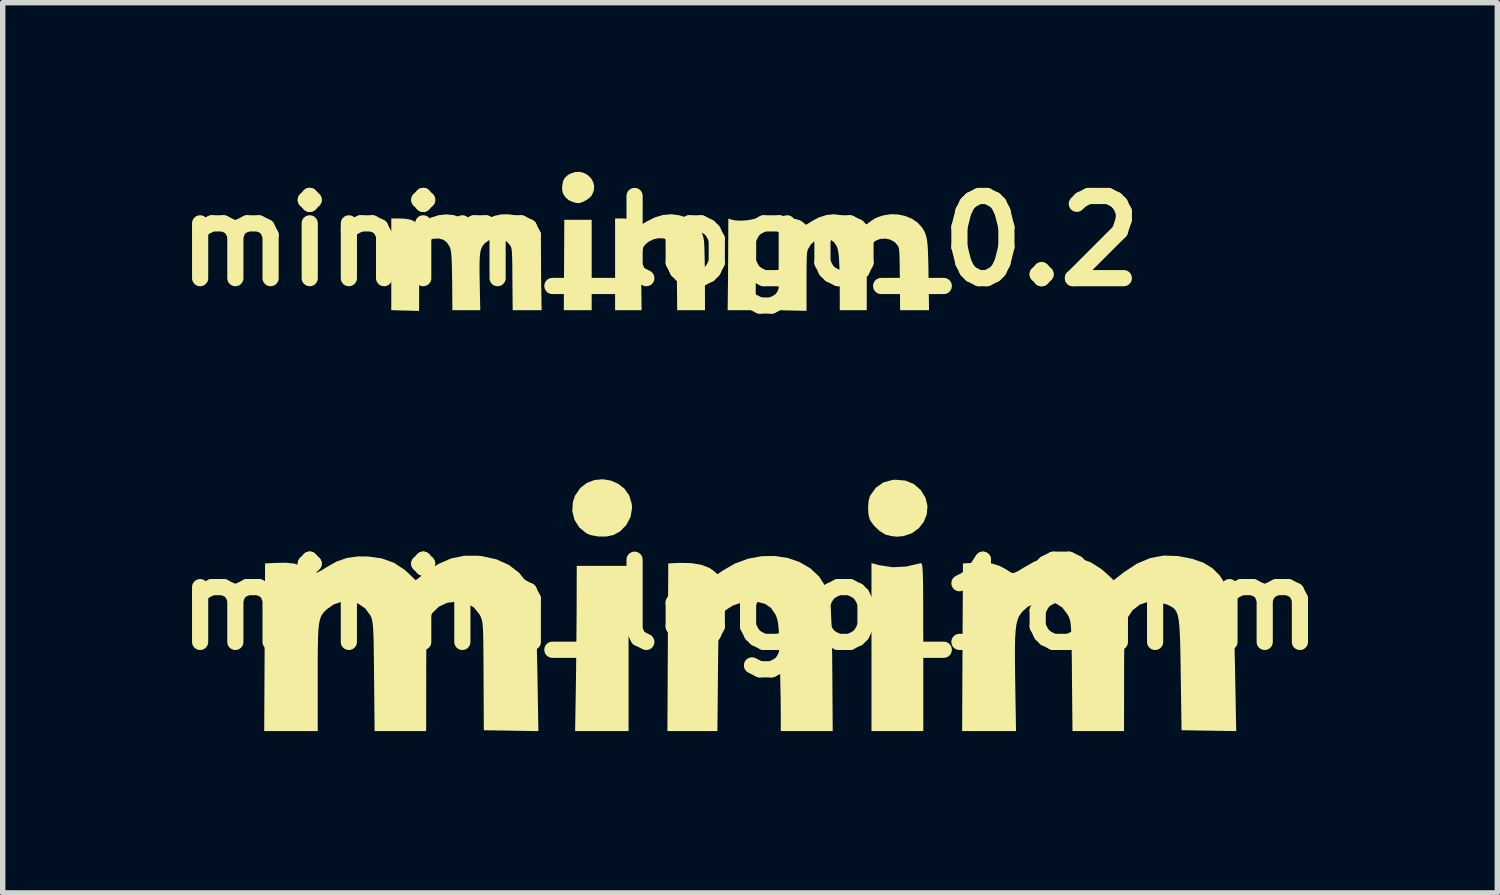
<source format=kicad_pcb>
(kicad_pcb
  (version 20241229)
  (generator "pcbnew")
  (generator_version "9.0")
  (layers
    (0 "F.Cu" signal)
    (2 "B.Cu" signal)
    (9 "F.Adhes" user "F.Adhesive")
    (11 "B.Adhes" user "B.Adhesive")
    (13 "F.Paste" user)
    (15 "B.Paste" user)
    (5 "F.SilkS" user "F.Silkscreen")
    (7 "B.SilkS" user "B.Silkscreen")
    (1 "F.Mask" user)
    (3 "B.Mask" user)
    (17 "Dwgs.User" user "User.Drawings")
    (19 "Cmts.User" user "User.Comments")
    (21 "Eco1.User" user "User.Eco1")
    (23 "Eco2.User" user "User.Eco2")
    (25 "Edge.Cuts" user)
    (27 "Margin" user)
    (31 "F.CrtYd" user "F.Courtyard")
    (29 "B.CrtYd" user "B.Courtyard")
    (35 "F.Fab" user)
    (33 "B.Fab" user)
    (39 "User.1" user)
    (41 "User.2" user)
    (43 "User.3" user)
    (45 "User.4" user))
  (footprint "minim_logo_0.2"
    (layer "F.Cu")
    (at 9.188 1.418)
    (property "Reference" "minim_logo_0.2" (at 0 0 0) (layer "F.SilkS") (effects (font (size 1.524 1.524) (thickness 0.3))))
    (attr board_only exclude_from_pos_files exclude_from_bom)
    (fp_poly (pts (xy -1.267 1.284) (xy -1.784 1.284) (xy -1.779 0.446) (xy -1.775 -0.392) (xy -1.521 -0.392) (xy -1.267 -0.392)) (stroke (width 0) (type solid)) (fill yes) (layer "F.SilkS"))
    (fp_poly (pts (xy -1.407 -1.26) (xy -1.336 -1.219) (xy -1.279 -1.162) (xy -1.239 -1.093) (xy -1.221 -1.015) (xy -1.228 -0.932) (xy -1.264 -0.849) (xy -1.27 -0.84) (xy -1.312 -0.796) (xy -1.372 -0.754) (xy -1.437 -0.721) (xy -1.497 -0.703) (xy -1.516 -0.702) (xy -1.561 -0.708) (xy -1.614 -0.721) (xy -1.617 -0.723) (xy -1.693 -0.756) (xy -1.749 -0.805) (xy -1.784 -0.856) (xy -1.806 -0.901) (xy -1.815 -0.948) (xy -1.814 -1.011) (xy -1.813 -1.018) (xy -1.799 -1.106) (xy -1.765 -1.171) (xy -1.708 -1.222) (xy -1.666 -1.247) (xy -1.576 -1.278) (xy -1.488 -1.281)) (stroke (width 0) (type solid)) (fill yes) (layer "F.SilkS"))
    (fp_poly (pts (xy 1.304 -0.402) (xy 1.388 -0.382) (xy 1.491 -0.376) (xy 1.603 -0.382) (xy 1.71 -0.4) (xy 1.742 -0.409) (xy 1.749 -0.41) (xy 1.755 -0.409) (xy 1.761 -0.401) (xy 1.765 -0.384) (xy 1.768 -0.357) (xy 1.77 -0.315) (xy 1.772 -0.256) (xy 1.774 -0.178) (xy 1.774 -0.078) (xy 1.775 0.046) (xy 1.775 0.198) (xy 1.775 0.38) (xy 1.775 0.433) (xy 1.775 1.284) (xy 1.254 1.284) (xy 1.259 0.863) (xy 1.261 0.715) (xy 1.262 0.546) (xy 1.263 0.37) (xy 1.264 0.197) (xy 1.265 0.042) (xy 1.265 0.013) (xy 1.267 -0.416)) (stroke (width 0) (type solid)) (fill yes) (layer "F.SilkS"))
    (fp_poly (pts (xy 0.354 -0.477) (xy 0.498 -0.431) (xy 0.614 -0.367) (xy 0.704 -0.284) (xy 0.767 -0.181) (xy 0.806 -0.056) (xy 0.816 0.006) (xy 0.819 0.051) (xy 0.823 0.125) (xy 0.825 0.222) (xy 0.828 0.338) (xy 0.83 0.468) (xy 0.831 0.606) (xy 0.832 0.705) (xy 0.834 1.284) (xy 0.318 1.284) (xy 0.313 0.721) (xy 0.312 0.568) (xy 0.31 0.445) (xy 0.308 0.347) (xy 0.306 0.272) (xy 0.303 0.215) (xy 0.299 0.173) (xy 0.293 0.142) (xy 0.286 0.118) (xy 0.278 0.098) (xy 0.275 0.092) (xy 0.224 0.025) (xy 0.153 -0.021) (xy 0.069 -0.047) (xy -0.023 -0.051) (xy -0.116 -0.033) (xy -0.202 0.008) (xy -0.253 0.047) (xy -0.289 0.085) (xy -0.312 0.121) (xy -0.326 0.168) (xy -0.336 0.223) (xy -0.341 0.275) (xy -0.344 0.356) (xy -0.347 0.461) (xy -0.348 0.585) (xy -0.348 0.725) (xy -0.347 0.81) (xy -0.342 1.284) (xy -0.588 1.284) (xy -0.833 1.284) (xy -0.833 -0.417) (xy -0.683 -0.417) (xy -0.569 -0.411) (xy -0.48 -0.394) (xy -0.412 -0.362) (xy -0.375 -0.334) (xy -0.356 -0.318) (xy -0.338 -0.313) (xy -0.312 -0.322) (xy -0.27 -0.346) (xy -0.246 -0.361) (xy -0.094 -0.438) (xy 0.06 -0.483) (xy 0.212 -0.495)) (stroke (width 0) (type solid)) (fill yes) (layer "F.SilkS"))
    (fp_poly (pts (xy 4.417 -0.491) (xy 4.547 -0.463) (xy 4.667 -0.414) (xy 4.77 -0.346) (xy 4.851 -0.26) (xy 4.87 -0.233) (xy 4.894 -0.192) (xy 4.914 -0.151) (xy 4.93 -0.108) (xy 4.943 -0.058) (xy 4.953 0.002) (xy 4.961 0.076) (xy 4.967 0.167) (xy 4.971 0.279) (xy 4.975 0.416) (xy 4.978 0.581) (xy 4.979 0.663) (xy 4.988 1.284) (xy 4.452 1.284) (xy 4.447 0.713) (xy 4.445 0.559) (xy 4.444 0.435) (xy 4.442 0.337) (xy 4.44 0.261) (xy 4.437 0.205) (xy 4.433 0.163) (xy 4.427 0.133) (xy 4.421 0.112) (xy 4.413 0.094) (xy 4.408 0.086) (xy 4.349 0.018) (xy 4.266 -0.026) (xy 4.179 -0.044) (xy 4.082 -0.038) (xy 3.994 -0.002) (xy 3.922 0.06) (xy 3.869 0.146) (xy 3.85 0.198) (xy 3.846 0.231) (xy 3.842 0.293) (xy 3.839 0.379) (xy 3.836 0.486) (xy 3.834 0.61) (xy 3.833 0.746) (xy 3.833 0.771) (xy 3.833 1.284) (xy 3.333 1.284) (xy 3.333 0.971) (xy 3.332 0.777) (xy 3.329 0.613) (xy 3.326 0.477) (xy 3.321 0.366) (xy 3.315 0.277) (xy 3.306 0.207) (xy 3.296 0.154) (xy 3.284 0.114) (xy 3.278 0.101) (xy 3.23 0.027) (xy 3.169 -0.02) (xy 3.089 -0.043) (xy 3.062 -0.046) (xy 2.961 -0.039) (xy 2.872 -0.002) (xy 2.798 0.062) (xy 2.744 0.151) (xy 2.742 0.154) (xy 2.735 0.176) (xy 2.729 0.207) (xy 2.725 0.25) (xy 2.721 0.308) (xy 2.719 0.386) (xy 2.718 0.486) (xy 2.717 0.612) (xy 2.717 0.755) (xy 2.717 1.295) (xy 2.629 1.294) (xy 2.573 1.293) (xy 2.497 1.291) (xy 2.412 1.289) (xy 2.371 1.288) (xy 2.2 1.283) (xy 2.2 -0.417) (xy 2.346 -0.417) (xy 2.455 -0.413) (xy 2.537 -0.402) (xy 2.6 -0.381) (xy 2.649 -0.349) (xy 2.657 -0.342) (xy 2.688 -0.315) (xy 2.706 -0.301) (xy 2.707 -0.3) (xy 2.723 -0.309) (xy 2.759 -0.331) (xy 2.807 -0.362) (xy 2.811 -0.365) (xy 2.945 -0.437) (xy 3.084 -0.481) (xy 3.221 -0.495) (xy 3.327 -0.483) (xy 3.47 -0.44) (xy 3.593 -0.373) (xy 3.667 -0.31) (xy 3.74 -0.236) (xy 3.841 -0.316) (xy 3.917 -0.373) (xy 3.98 -0.414) (xy 4.043 -0.443) (xy 4.117 -0.467) (xy 4.151 -0.476) (xy 4.283 -0.496)) (stroke (width 0) (type solid)) (fill yes) (layer "F.SilkS"))
    (fp_poly (pts (xy -2.799 -0.494) (xy -2.655 -0.469) (xy -2.526 -0.42) (xy -2.417 -0.35) (xy -2.332 -0.261) (xy -2.312 -0.231) (xy -2.288 -0.191) (xy -2.269 -0.153) (xy -2.253 -0.112) (xy -2.24 -0.066) (xy -2.23 -0.01) (xy -2.223 0.058) (xy -2.217 0.144) (xy -2.212 0.249) (xy -2.209 0.379) (xy -2.206 0.535) (xy -2.205 0.655) (xy -2.196 1.284) (xy -2.732 1.284) (xy -2.737 0.713) (xy -2.738 0.56) (xy -2.739 0.437) (xy -2.741 0.339) (xy -2.743 0.264) (xy -2.746 0.208) (xy -2.75 0.167) (xy -2.755 0.137) (xy -2.762 0.115) (xy -2.77 0.097) (xy -2.78 0.08) (xy -2.781 0.079) (xy -2.839 0.014) (xy -2.914 -0.027) (xy -3 -0.046) (xy -3.088 -0.041) (xy -3.172 -0.012) (xy -3.245 0.039) (xy -3.272 0.069) (xy -3.294 0.101) (xy -3.311 0.136) (xy -3.325 0.177) (xy -3.335 0.228) (xy -3.342 0.294) (xy -3.345 0.377) (xy -3.347 0.481) (xy -3.346 0.611) (xy -3.343 0.771) (xy -3.343 0.788) (xy -3.333 1.284) (xy -3.85 1.284) (xy -3.852 1.063) (xy -3.853 0.867) (xy -3.855 0.702) (xy -3.857 0.564) (xy -3.86 0.451) (xy -3.863 0.359) (xy -3.867 0.287) (xy -3.872 0.229) (xy -3.878 0.185) (xy -3.885 0.151) (xy -3.894 0.124) (xy -3.903 0.103) (xy -3.953 0.027) (xy -4.015 -0.021) (xy -4.094 -0.044) (xy -4.104 -0.045) (xy -4.206 -0.041) (xy -4.298 -0.007) (xy -4.376 0.053) (xy -4.433 0.135) (xy -4.435 0.141) (xy -4.444 0.162) (xy -4.451 0.187) (xy -4.456 0.22) (xy -4.46 0.263) (xy -4.463 0.322) (xy -4.464 0.399) (xy -4.466 0.499) (xy -4.466 0.626) (xy -4.466 0.753) (xy -4.467 1.297) (xy -4.554 1.295) (xy -4.61 1.293) (xy -4.686 1.291) (xy -4.771 1.289) (xy -4.813 1.288) (xy -4.983 1.283) (xy -4.983 -0.417) (xy -4.839 -0.417) (xy -4.722 -0.412) (xy -4.631 -0.396) (xy -4.563 -0.368) (xy -4.524 -0.339) (xy -4.494 -0.313) (xy -4.477 -0.3) (xy -4.476 -0.3) (xy -4.46 -0.309) (xy -4.425 -0.331) (xy -4.385 -0.357) (xy -4.249 -0.432) (xy -4.108 -0.477) (xy -3.966 -0.493) (xy -3.829 -0.48) (xy -3.698 -0.437) (xy -3.579 -0.366) (xy -3.515 -0.311) (xy -3.442 -0.238) (xy -3.35 -0.31) (xy -3.213 -0.402) (xy -3.078 -0.463) (xy -2.942 -0.493) (xy -2.799 -0.494)) (stroke (width 0) (type solid)) (fill yes) (layer "F.SilkS")))
  (footprint "minim_logo_18mm"
    (layer "F.Cu")
    (at 10.857 8.163)
    (property "Reference" "minim_logo_18mm" (at 0 0 0) (layer "F.SilkS") (effects (font (size 1.524 1.524) (thickness 0.3))))
    (attr board_only exclude_from_pos_files exclude_from_bom)
    (fp_poly (pts (xy -2.252 2.342) (xy -3.243 2.342) (xy -3.23 1.554) (xy -3.226 1.284) (xy -3.223 0.982) (xy -3.22 0.668) (xy -3.217 0.364) (xy -3.215 0.093) (xy -3.215 0.023) (xy -3.213 -0.721) (xy -2.252 -0.721)) (stroke (width 0) (type solid)) (fill yes) (layer "F.SilkS"))
    (fp_poly (pts (xy 2.408 -0.731) (xy 2.647 -0.695) (xy 2.9 -0.709) (xy 3.16 -0.769) (xy 3.172 -0.77) (xy 3.181 -0.761) (xy 3.19 -0.739) (xy 3.196 -0.698) (xy 3.201 -0.634) (xy 3.205 -0.542) (xy 3.208 -0.417) (xy 3.21 -0.254) (xy 3.211 -0.05) (xy 3.212 0.202) (xy 3.212 0.505) (xy 3.213 0.779) (xy 3.213 2.342) (xy 2.252 2.342) (xy 2.252 -0.772)) (stroke (width 0) (type solid)) (fill yes) (layer "F.SilkS"))
    (fp_poly (pts (xy -2.583 -2.303) (xy -2.445 -2.243) (xy -2.327 -2.15) (xy -2.24 -2.026) (xy -2.193 -1.872) (xy -2.187 -1.791) (xy -2.215 -1.628) (xy -2.293 -1.48) (xy -2.41 -1.36) (xy -2.531 -1.293) (xy -2.663 -1.265) (xy -2.813 -1.265) (xy -2.955 -1.291) (xy -3.033 -1.324) (xy -3.166 -1.433) (xy -3.255 -1.575) (xy -3.296 -1.736) (xy -3.285 -1.905) (xy -3.244 -2.024) (xy -3.148 -2.164) (xy -3.024 -2.26) (xy -2.882 -2.313) (xy -2.732 -2.327)) (stroke (width 0) (type solid)) (fill yes) (layer "F.SilkS"))
    (fp_poly (pts (xy 2.883 -2.302) (xy 3.039 -2.237) (xy 3.165 -2.127) (xy 3.254 -1.983) (xy 3.29 -1.831) (xy 3.278 -1.68) (xy 3.223 -1.539) (xy 3.129 -1.418) (xy 3.001 -1.326) (xy 2.844 -1.272) (xy 2.726 -1.262) (xy 2.62 -1.273) (xy 2.522 -1.297) (xy 2.507 -1.303) (xy 2.401 -1.369) (xy 2.302 -1.462) (xy 2.229 -1.562) (xy 2.216 -1.591) (xy 2.194 -1.689) (xy 2.189 -1.811) (xy 2.199 -1.929) (xy 2.223 -2.017) (xy 2.224 -2.018) (xy 2.331 -2.167) (xy 2.47 -2.267) (xy 2.64 -2.314) (xy 2.695 -2.318)) (stroke (width 0) (type solid)) (fill yes) (layer "F.SilkS"))
    (fp_poly (pts (xy 0.701 -0.867) (xy 0.922 -0.79) (xy 1.119 -0.674) (xy 1.282 -0.521) (xy 1.4 -0.339) (xy 1.427 -0.277) (xy 1.45 -0.208) (xy 1.469 -0.126) (xy 1.484 -0.025) (xy 1.497 0.1) (xy 1.506 0.255) (xy 1.514 0.445) (xy 1.519 0.677) (xy 1.523 0.955) (xy 1.526 1.285) (xy 1.527 1.434) (xy 1.533 2.342) (xy 0.57 2.342) (xy 0.57 2.019) (xy 0.569 1.891) (xy 0.567 1.716) (xy 0.563 1.511) (xy 0.559 1.29) (xy 0.554 1.066) (xy 0.552 1.006) (xy 0.546 0.781) (xy 0.54 0.607) (xy 0.533 0.475) (xy 0.524 0.378) (xy 0.513 0.305) (xy 0.498 0.248) (xy 0.479 0.199) (xy 0.47 0.18) (xy 0.391 0.062) (xy 0.284 -0.014) (xy 0.139 -0.053) (xy 0.013 -0.06) (xy -0.163 -0.04) (xy -0.324 0.017) (xy -0.454 0.102) (xy -0.526 0.187) (xy -0.542 0.217) (xy -0.555 0.251) (xy -0.565 0.298) (xy -0.573 0.363) (xy -0.58 0.452) (xy -0.584 0.573) (xy -0.588 0.731) (xy -0.591 0.934) (xy -0.594 1.187) (xy -0.595 1.314) (xy -0.605 2.342) (xy -1.532 2.342) (xy -1.524 0.788) (xy -1.516 -0.766) (xy -1.306 -0.776) (xy -1.092 -0.772) (xy -0.905 -0.741) (xy -0.755 -0.684) (xy -0.691 -0.641) (xy -0.601 -0.566) (xy -0.513 -0.629) (xy -0.282 -0.763) (xy -0.038 -0.853) (xy 0.213 -0.9) (xy 0.462 -0.904)) (stroke (width 0) (type solid)) (fill yes) (layer "F.SilkS"))
    (fp_poly (pts (xy -5.037 -0.908) (xy -4.971 -0.901) (xy -4.703 -0.842) (xy -4.472 -0.739) (xy -4.281 -0.592) (xy -4.133 -0.405) (xy -4.03 -0.18) (xy -3.993 -0.041) (xy -3.986 0.022) (xy -3.978 0.137) (xy -3.97 0.298) (xy -3.962 0.494) (xy -3.955 0.72) (xy -3.949 0.967) (xy -3.943 1.224) (xy -3.924 2.343) (xy -4.43 2.335) (xy -4.936 2.327) (xy -4.941 1.317) (xy -4.942 1.044) (xy -4.944 0.825) (xy -4.946 0.652) (xy -4.949 0.519) (xy -4.954 0.418) (xy -4.961 0.345) (xy -4.97 0.291) (xy -4.983 0.249) (xy -4.998 0.214) (xy -5.017 0.179) (xy -5.121 0.05) (xy -5.259 -0.032) (xy -5.421 -0.06) (xy -5.422 -0.06) (xy -5.614 -0.036) (xy -5.77 0.036) (xy -5.891 0.155) (xy -5.948 0.255) (xy -5.963 0.293) (xy -5.976 0.337) (xy -5.985 0.394) (xy -5.992 0.471) (xy -5.997 0.575) (xy -6.001 0.713) (xy -6.003 0.891) (xy -6.004 1.116) (xy -6.004 1.359) (xy -6.005 2.342) (xy -6.961 2.342) (xy -6.971 1.329) (xy -6.974 1.053) (xy -6.977 0.831) (xy -6.98 0.655) (xy -6.985 0.52) (xy -6.99 0.417) (xy -6.998 0.341) (xy -7.008 0.285) (xy -7.02 0.242) (xy -7.036 0.206) (xy -7.041 0.196) (xy -7.136 0.067) (xy -7.263 -0.019) (xy -7.41 -0.061) (xy -7.567 -0.057) (xy -7.72 -0.005) (xy -7.847 0.084) (xy -7.891 0.127) (xy -7.927 0.17) (xy -7.955 0.218) (xy -7.976 0.28) (xy -7.992 0.361) (xy -8.003 0.468) (xy -8.01 0.607) (xy -8.014 0.785) (xy -8.016 1.009) (xy -8.016 1.285) (xy -8.016 1.35) (xy -8.016 2.342) (xy -9.008 2.342) (xy -9 0.788) (xy -8.992 -0.766) (xy -8.812 -0.775) (xy -8.612 -0.779) (xy -8.453 -0.763) (xy -8.317 -0.722) (xy -8.186 -0.653) (xy -8.105 -0.598) (xy -8.07 -0.586) (xy -8.018 -0.6) (xy -7.937 -0.643) (xy -7.866 -0.688) (xy -7.668 -0.8) (xy -7.477 -0.867) (xy -7.273 -0.896) (xy -7.089 -0.895) (xy -6.827 -0.859) (xy -6.6 -0.777) (xy -6.402 -0.646) (xy -6.335 -0.585) (xy -6.2 -0.453) (xy -6.015 -0.597) (xy -5.778 -0.756) (xy -5.543 -0.858) (xy -5.299 -0.908)) (stroke (width 0) (type solid)) (fill yes) (layer "F.SilkS"))
    (fp_poly (pts (xy 7.931 -0.903) (xy 7.941 -0.902) (xy 8.2 -0.851) (xy 8.409 -0.778) (xy 8.577 -0.675) (xy 8.712 -0.539) (xy 8.822 -0.364) (xy 8.847 -0.313) (xy 8.877 -0.243) (xy 8.902 -0.173) (xy 8.922 -0.096) (xy 8.939 -0.005) (xy 8.952 0.106) (xy 8.963 0.244) (xy 8.972 0.414) (xy 8.979 0.625) (xy 8.986 0.881) (xy 8.993 1.19) (xy 8.994 1.239) (xy 9.015 2.343) (xy 8.508 2.335) (xy 8.001 2.327) (xy 7.986 1.291) (xy 7.982 0.993) (xy 7.977 0.749) (xy 7.97 0.553) (xy 7.961 0.399) (xy 7.948 0.281) (xy 7.93 0.193) (xy 7.906 0.129) (xy 7.874 0.083) (xy 7.834 0.049) (xy 7.784 0.021) (xy 7.737 -0.002) (xy 7.555 -0.056) (xy 7.382 -0.055) (xy 7.226 -0.001) (xy 7.093 0.102) (xy 6.994 0.252) (xy 6.992 0.255) (xy 6.977 0.293) (xy 6.965 0.337) (xy 6.955 0.394) (xy 6.948 0.471) (xy 6.943 0.575) (xy 6.94 0.713) (xy 6.938 0.891) (xy 6.936 1.116) (xy 6.936 1.359) (xy 6.935 2.342) (xy 5.979 2.342) (xy 5.969 1.329) (xy 5.967 1.055) (xy 5.964 0.834) (xy 5.961 0.66) (xy 5.957 0.526) (xy 5.951 0.425) (xy 5.944 0.35) (xy 5.934 0.295) (xy 5.922 0.253) (xy 5.906 0.216) (xy 5.891 0.186) (xy 5.791 0.052) (xy 5.663 -0.029) (xy 5.504 -0.06) (xy 5.486 -0.06) (xy 5.303 -0.036) (xy 5.151 0.037) (xy 5.062 0.115) (xy 5.02 0.165) (xy 4.985 0.219) (xy 4.959 0.285) (xy 4.939 0.368) (xy 4.925 0.476) (xy 4.916 0.614) (xy 4.912 0.79) (xy 4.912 1.01) (xy 4.915 1.28) (xy 4.917 1.419) (xy 4.932 2.342) (xy 3.933 2.342) (xy 3.94 0.788) (xy 3.948 -0.766) (xy 4.128 -0.775) (xy 4.328 -0.779) (xy 4.487 -0.763) (xy 4.623 -0.722) (xy 4.754 -0.653) (xy 4.835 -0.598) (xy 4.87 -0.586) (xy 4.922 -0.6) (xy 5.003 -0.643) (xy 5.074 -0.688) (xy 5.272 -0.8) (xy 5.463 -0.867) (xy 5.667 -0.896) (xy 5.852 -0.895) (xy 6.101 -0.863) (xy 6.316 -0.788) (xy 6.51 -0.665) (xy 6.598 -0.59) (xy 6.742 -0.455) (xy 6.926 -0.598) (xy 7.172 -0.761) (xy 7.419 -0.865) (xy 7.67 -0.912)) (stroke (width 0) (type solid)) (fill yes) (layer "F.SilkS")))
  (gr_rect
    (start -3 -3)
    (end 24.713 13.506)
    (stroke (width 0.1) (type default))
    (fill no)
    (layer "Edge.Cuts")))
</source>
